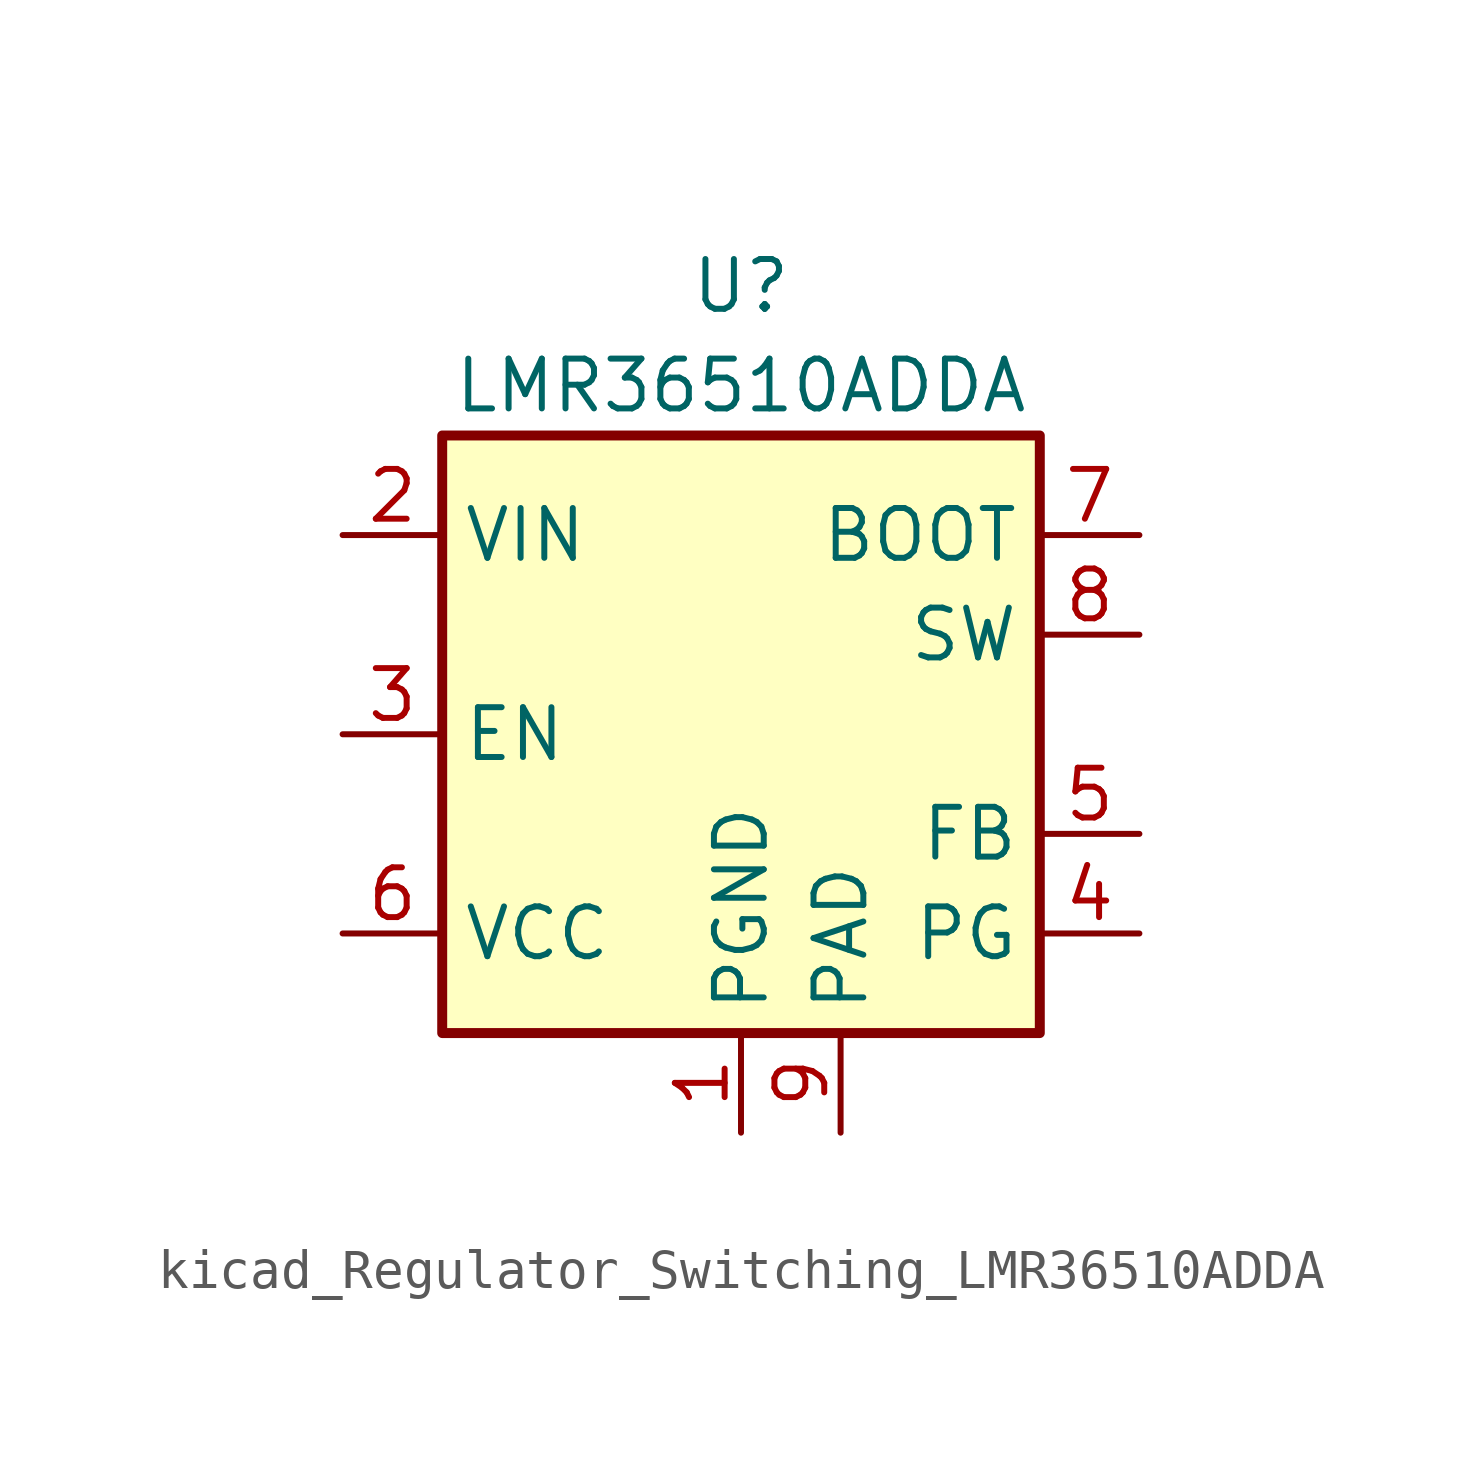
<source format=kicad_sym>
(kicad_symbol_lib
  (version 20220914)
  (generator kicad_symbol_editor)
  (symbol "kicad_Regulator_Switching_LMR36510ADDA"
    (property "Reference" "U"
      (at 0 11.43 0)
      (effects (font (size 1.27 1.27))))
    (property "Value" "LMR36510ADDA"
      (at 0 8.89 0)
      (effects (font (size 1.27 1.27))))
    (symbol "kicad_Regulator_Switching_LMR36510ADDA_0_1"
      (rectangle (start -7.62 7.62) (end 7.62 -7.62) (stroke (width 0.254) (type default)) (fill (type background))))
    (symbol "kicad_Regulator_Switching_LMR36510ADDA_1_1"
      (pin power_in line (at 0 -10.16 90) (length 2.54) (name "PGND" (effects (font (size 1.27 1.27)))) (number "1" (effects (font (size 1.27 1.27)))))
      (pin power_in line (at -10.16 5.08 0) (length 2.54) (name "VIN" (effects (font (size 1.27 1.27)))) (number "2" (effects (font (size 1.27 1.27)))))
      (pin input line (at -10.16 0 0) (length 2.54) (name "EN" (effects (font (size 1.27 1.27)))) (number "3" (effects (font (size 1.27 1.27)))))
      (pin open_collector line (at 10.16 -5.08 180) (length 2.54) (name "PG" (effects (font (size 1.27 1.27)))) (number "4" (effects (font (size 1.27 1.27)))))
      (pin input line (at 10.16 -2.54 180) (length 2.54) (name "FB" (effects (font (size 1.27 1.27)))) (number "5" (effects (font (size 1.27 1.27)))))
      (pin power_out line (at -10.16 -5.08 0) (length 2.54) (name "VCC" (effects (font (size 1.27 1.27)))) (number "6" (effects (font (size 1.27 1.27)))))
      (pin input line (at 10.16 5.08 180) (length 2.54) (name "BOOT" (effects (font (size 1.27 1.27)))) (number "7" (effects (font (size 1.27 1.27)))))
      (pin output line (at 10.16 2.54 180) (length 2.54) (name "SW" (effects (font (size 1.27 1.27)))) (number "8" (effects (font (size 1.27 1.27)))))
      (pin power_in line (at 2.54 -10.16 90) (length 2.54) (name "PAD" (effects (font (size 1.27 1.27)))) (number "9" (effects (font (size 1.27 1.27))))))))
</source>
